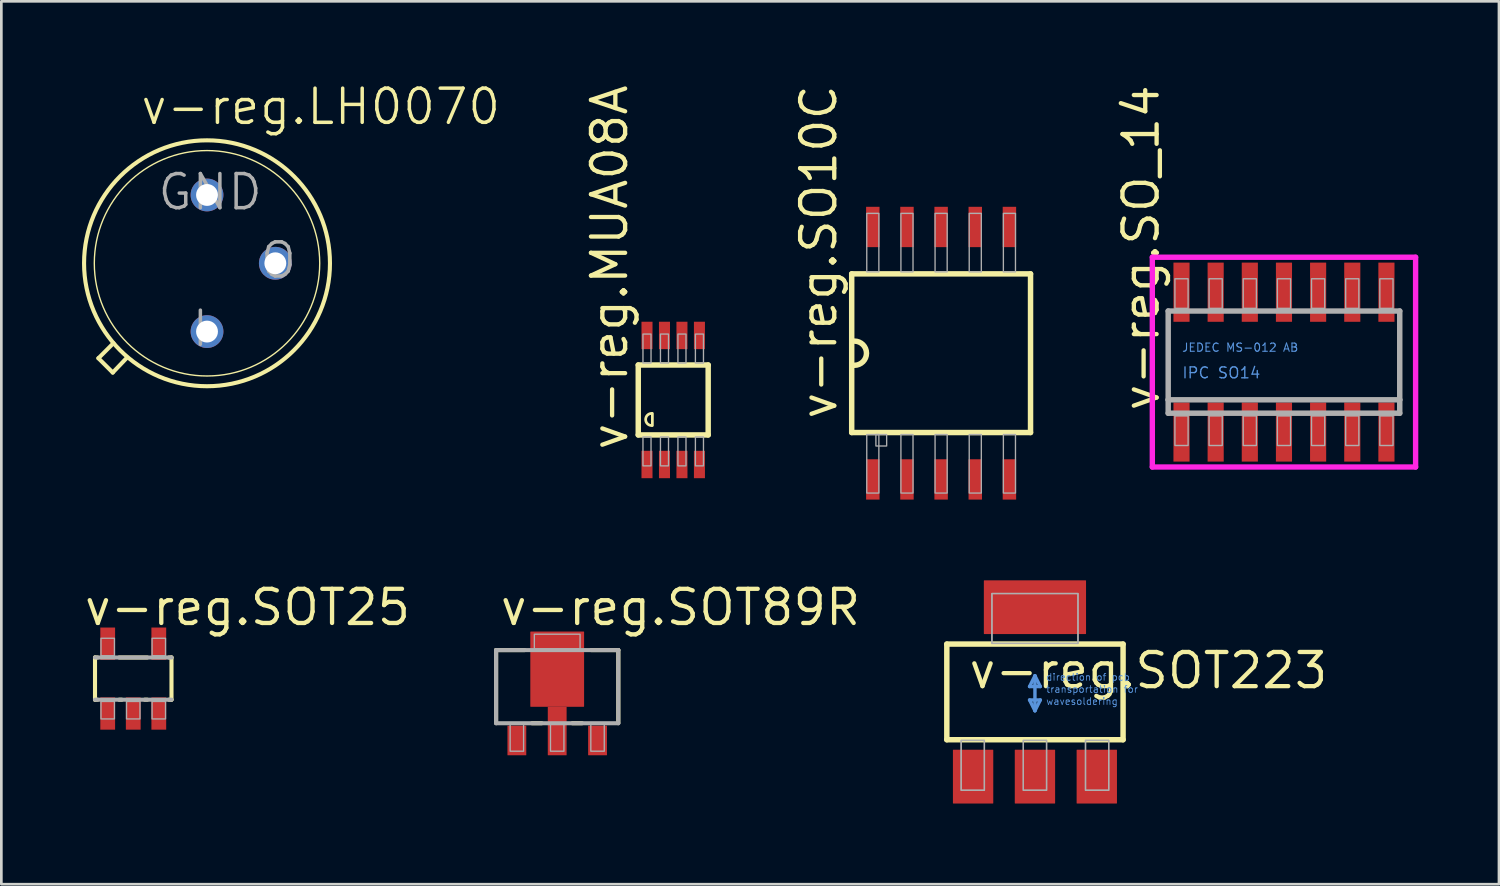
<source format=kicad_pcb>
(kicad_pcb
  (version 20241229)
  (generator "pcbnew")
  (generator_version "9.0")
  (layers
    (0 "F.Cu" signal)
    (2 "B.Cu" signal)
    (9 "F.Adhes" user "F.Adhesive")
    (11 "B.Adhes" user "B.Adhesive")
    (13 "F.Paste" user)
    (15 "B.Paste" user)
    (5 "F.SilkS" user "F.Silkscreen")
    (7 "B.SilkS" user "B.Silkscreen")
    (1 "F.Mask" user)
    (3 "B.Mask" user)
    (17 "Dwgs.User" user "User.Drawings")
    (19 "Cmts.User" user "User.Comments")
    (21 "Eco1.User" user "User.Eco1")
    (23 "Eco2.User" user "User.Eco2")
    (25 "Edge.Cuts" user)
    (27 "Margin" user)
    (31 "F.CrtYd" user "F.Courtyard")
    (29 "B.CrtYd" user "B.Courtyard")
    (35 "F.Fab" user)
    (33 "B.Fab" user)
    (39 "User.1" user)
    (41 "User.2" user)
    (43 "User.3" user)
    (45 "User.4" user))
  (footprint "v-reg.MUA08A"
    (layer "F.Cu")
    (at 21.984 11.823)
    (property "Reference" "v-reg.MUA08A" (at -1.625 1.95 90) (layer "F.SilkS") (effects (font (size 1.27 1.27) (thickness 0.16)) (justify left bottom)))
    (attr smd)
    (fp_line (start -1.3 -1.3) (end 1.3 -1.3) (stroke (width 0.203) (type default)) (layer "F.SilkS"))
    (fp_line (start -1.3 1.3) (end -1.3 -1.3) (stroke (width 0.203) (type default)) (layer "F.SilkS"))
    (fp_line (start -0.775 0.95) (end -0.775 0.5) (stroke (width 0.102) (type default)) (layer "F.SilkS"))
    (fp_line (start 1.3 -1.3) (end 1.3 1.3) (stroke (width 0.203) (type default)) (layer "F.SilkS"))
    (fp_line (start 1.3 1.3) (end -1.3 1.3) (stroke (width 0.203) (type default)) (layer "F.SilkS"))
    (fp_arc (start -0.8 0.95) (mid -1.025 0.725) (end -0.8 0.5) (stroke (width 0.1016) (type default)) (layer "F.SilkS"))
    (fp_rect (start -1.125 -1.375) (end -0.825 -2.45) (stroke (width 0.05) (type default)) (fill no) (layer "F.Fab"))
    (fp_rect (start -1.125 2.45) (end -0.825 1.375) (stroke (width 0.05) (type default)) (fill no) (layer "F.Fab"))
    (fp_rect (start -0.475 -1.375) (end -0.175 -2.45) (stroke (width 0.05) (type default)) (fill no) (layer "F.Fab"))
    (fp_rect (start -0.475 2.45) (end -0.175 1.375) (stroke (width 0.05) (type default)) (fill no) (layer "F.Fab"))
    (fp_rect (start 0.175 -1.375) (end 0.475 -2.45) (stroke (width 0.05) (type default)) (fill no) (layer "F.Fab"))
    (fp_rect (start 0.175 2.45) (end 0.475 1.375) (stroke (width 0.05) (type default)) (fill no) (layer "F.Fab"))
    (fp_rect (start 0.825 -1.375) (end 1.125 -2.45) (stroke (width 0.05) (type default)) (fill no) (layer "F.Fab"))
    (fp_rect (start 0.825 2.45) (end 1.125 1.375) (stroke (width 0.05) (type default)) (fill no) (layer "F.Fab"))
    (pad "1" smd roundrect (at -0.975 2.4) (size 0.41 1.02) (layers "F.Cu" "F.Mask" "F.Paste") (roundrect_rratio 0.01))
    (pad "2" smd roundrect (at -0.325 2.4) (size 0.41 1.02) (layers "F.Cu" "F.Mask" "F.Paste") (roundrect_rratio 0.01))
    (pad "3" smd roundrect (at 0.325 2.4) (size 0.41 1.02) (layers "F.Cu" "F.Mask" "F.Paste") (roundrect_rratio 0.01))
    (pad "4" smd roundrect (at 0.975 2.4) (size 0.41 1.02) (layers "F.Cu" "F.Mask" "F.Paste") (roundrect_rratio 0.01))
    (pad "5" smd roundrect (at 0.975 -2.4 180) (size 0.41 1.02) (layers "F.Cu" "F.Mask" "F.Paste") (roundrect_rratio 0.01))
    (pad "6" smd roundrect (at 0.325 -2.4 180) (size 0.41 1.02) (layers "F.Cu" "F.Mask" "F.Paste") (roundrect_rratio 0.01))
    (pad "7" smd roundrect (at -0.325 -2.4 180) (size 0.41 1.02) (layers "F.Cu" "F.Mask" "F.Paste") (roundrect_rratio 0.01))
    (pad "8" smd roundrect (at -0.975 -2.4 180) (size 0.41 1.02) (layers "F.Cu" "F.Mask" "F.Paste") (roundrect_rratio 0.01)))
  (footprint "v-reg.SO_14"
    (layer "F.Cu")
    (at 44.695 10.416)
    (property "Reference" "v-reg.SO_14" (at -4.572 1.905 90) (layer "F.SilkS") (effects (font (size 1.27 1.27) (thickness 0.16)) (justify left bottom)))
    (attr smd)
    (fp_line (start -4.895 -3.9) (end 4.895 -3.9) (stroke (width 0.2) (type default)) (layer "F.CrtYd"))
    (fp_line (start -4.895 3.9) (end -4.895 -3.9) (stroke (width 0.2) (type default)) (layer "F.CrtYd"))
    (fp_line (start 4.895 -3.9) (end 4.895 3.9) (stroke (width 0.2) (type default)) (layer "F.CrtYd"))
    (fp_line (start 4.895 3.9) (end -4.895 3.9) (stroke (width 0.2) (type default)) (layer "F.CrtYd"))
    (fp_line (start -4.305 -1.9) (end 4.305 -1.9) (stroke (width 0.203) (type default)) (layer "F.Fab"))
    (fp_line (start -4.305 1.4) (end -4.305 -1.9) (stroke (width 0.203) (type default)) (layer "F.Fab"))
    (fp_line (start -4.305 1.9) (end -4.305 1.4) (stroke (width 0.203) (type default)) (layer "F.Fab"))
    (fp_line (start 4.305 -1.9) (end 4.305 1.4) (stroke (width 0.203) (type default)) (layer "F.Fab"))
    (fp_line (start 4.305 1.4) (end -4.305 1.4) (stroke (width 0.203) (type default)) (layer "F.Fab"))
    (fp_line (start 4.305 1.4) (end 4.305 1.9) (stroke (width 0.203) (type default)) (layer "F.Fab"))
    (fp_line (start 4.305 1.9) (end -4.305 1.9) (stroke (width 0.203) (type default)) (layer "F.Fab"))
    (fp_rect (start -4.055 -2) (end -3.565 -3.1) (stroke (width 0.05) (type default)) (fill no) (layer "F.Fab"))
    (fp_rect (start -4.055 3.1) (end -3.565 2) (stroke (width 0.05) (type default)) (fill no) (layer "F.Fab"))
    (fp_rect (start -2.785 -2) (end -2.295 -3.1) (stroke (width 0.05) (type default)) (fill no) (layer "F.Fab"))
    (fp_rect (start -2.785 3.1) (end -2.295 2) (stroke (width 0.05) (type default)) (fill no) (layer "F.Fab"))
    (fp_rect (start -1.515 -2) (end -1.025 -3.1) (stroke (width 0.05) (type default)) (fill no) (layer "F.Fab"))
    (fp_rect (start -1.515 3.1) (end -1.025 2) (stroke (width 0.05) (type default)) (fill no) (layer "F.Fab"))
    (fp_rect (start -0.245 -2) (end 0.245 -3.1) (stroke (width 0.05) (type default)) (fill no) (layer "F.Fab"))
    (fp_rect (start -0.245 3.1) (end 0.245 2) (stroke (width 0.05) (type default)) (fill no) (layer "F.Fab"))
    (fp_rect (start 1.025 -2) (end 1.515 -3.1) (stroke (width 0.05) (type default)) (fill no) (layer "F.Fab"))
    (fp_rect (start 1.025 3.1) (end 1.515 2) (stroke (width 0.05) (type default)) (fill no) (layer "F.Fab"))
    (fp_rect (start 2.295 -2) (end 2.785 -3.1) (stroke (width 0.05) (type default)) (fill no) (layer "F.Fab"))
    (fp_rect (start 2.295 3.1) (end 2.785 2) (stroke (width 0.05) (type default)) (fill no) (layer "F.Fab"))
    (fp_rect (start 3.565 -2) (end 4.055 -3.1) (stroke (width 0.05) (type default)) (fill no) (layer "F.Fab"))
    (fp_rect (start 3.565 3.1) (end 4.055 2) (stroke (width 0.05) (type default)) (fill no) (layer "F.Fab"))
    (fp_text user "IPC SO14" (at -3.81 0.635 0) (layer "Cmts.User") (effects (font (size 0.406 0.406) (thickness 0.05)) (justify left bottom)))
    (fp_text user "JEDEC MS-012 AB" (at -3.81 -0.365 0) (layer "Cmts.User") (effects (font (size 0.305 0.305) (thickness 0.04)) (justify left bottom)))
    (pad "1" smd roundrect (at -3.81 2.6) (size 0.6 2.2) (layers "F.Cu" "F.Mask" "F.Paste") (roundrect_rratio 0.01))
    (pad "2" smd roundrect (at -2.54 2.6) (size 0.6 2.2) (layers "F.Cu" "F.Mask" "F.Paste") (roundrect_rratio 0.01))
    (pad "3" smd roundrect (at -1.27 2.6) (size 0.6 2.2) (layers "F.Cu" "F.Mask" "F.Paste") (roundrect_rratio 0.01))
    (pad "4" smd roundrect (at 0 2.6) (size 0.6 2.2) (layers "F.Cu" "F.Mask" "F.Paste") (roundrect_rratio 0.01))
    (pad "5" smd roundrect (at 1.27 2.6) (size 0.6 2.2) (layers "F.Cu" "F.Mask" "F.Paste") (roundrect_rratio 0.01))
    (pad "6" smd roundrect (at 2.54 2.6) (size 0.6 2.2) (layers "F.Cu" "F.Mask" "F.Paste") (roundrect_rratio 0.01))
    (pad "7" smd roundrect (at 3.81 2.6) (size 0.6 2.2) (layers "F.Cu" "F.Mask" "F.Paste") (roundrect_rratio 0.01))
    (pad "8" smd roundrect (at 3.81 -2.6) (size 0.6 2.2) (layers "F.Cu" "F.Mask" "F.Paste") (roundrect_rratio 0.01))
    (pad "9" smd roundrect (at 2.54 -2.6) (size 0.6 2.2) (layers "F.Cu" "F.Mask" "F.Paste") (roundrect_rratio 0.01))
    (pad "10" smd roundrect (at 1.27 -2.6) (size 0.6 2.2) (layers "F.Cu" "F.Mask" "F.Paste") (roundrect_rratio 0.01))
    (pad "11" smd roundrect (at 0 -2.6) (size 0.6 2.2) (layers "F.Cu" "F.Mask" "F.Paste") (roundrect_rratio 0.01))
    (pad "12" smd roundrect (at -1.27 -2.6) (size 0.6 2.2) (layers "F.Cu" "F.Mask" "F.Paste") (roundrect_rratio 0.01))
    (pad "13" smd roundrect (at -2.54 -2.6) (size 0.6 2.2) (layers "F.Cu" "F.Mask" "F.Paste") (roundrect_rratio 0.01))
    (pad "14" smd roundrect (at -3.81 -2.6) (size 0.6 2.2) (layers "F.Cu" "F.Mask" "F.Paste") (roundrect_rratio 0.01)))
  (footprint "v-reg.SOT89R"
    (layer "F.Cu")
    (at 17.67 22.734)
    (property "Reference" "v-reg.SOT89R" (at -2.205 -2.455 0) (layer "F.SilkS") (effects (font (size 1.27 1.27) (thickness 0.16)) (justify left bottom)))
    (attr smd)
    (fp_rect (start -0.45 2.4) (end 0.45 1.1) (stroke (width 0.05) (type default)) (fill yes) (layer "F.Mask"))
    (fp_line (start -2.272 -1.61) (end -1.214 -1.61) (stroke (width 0.152) (type default)) (layer "F.SilkS"))
    (fp_line (start -2.272 1.102) (end -2.272 -1.61) (stroke (width 0.152) (type default)) (layer "F.SilkS"))
    (fp_line (start -0.578 1.11) (end -0.936 1.11) (stroke (width 0.152) (type default)) (layer "F.SilkS"))
    (fp_line (start 0.922 1.11) (end 0.564 1.11) (stroke (width 0.152) (type default)) (layer "F.SilkS"))
    (fp_line (start 1.264 -1.61) (end 2.272 -1.61) (stroke (width 0.152) (type default)) (layer "F.SilkS"))
    (fp_line (start 2.272 -1.61) (end 2.272 1.102) (stroke (width 0.152) (type default)) (layer "F.SilkS"))
    (fp_rect (start -0.35 2.3) (end 0.35 1.2) (stroke (width 0.05) (type default)) (fill yes) (layer "F.Paste"))
    (fp_line (start -2.272 -1.61) (end 2.272 -1.61) (stroke (width 0.152) (type default)) (layer "F.Fab"))
    (fp_line (start -2.272 1.11) (end -2.272 -1.61) (stroke (width 0.152) (type default)) (layer "F.Fab"))
    (fp_line (start 2.272 -1.61) (end 2.272 1.11) (stroke (width 0.152) (type default)) (layer "F.Fab"))
    (fp_line (start 2.272 1.11) (end -2.272 1.11) (stroke (width 0.152) (type default)) (layer "F.Fab"))
    (fp_rect (start -1.75 2.15) (end -1.25 1.15) (stroke (width 0.05) (type default)) (fill no) (layer "F.Fab"))
    (fp_rect (start -0.85 -1.65) (end 0.85 -2.2) (stroke (width 0.05) (type default)) (fill no) (layer "F.Fab"))
    (fp_rect (start -0.25 2.15) (end 0.25 1.15) (stroke (width 0.05) (type default)) (fill no) (layer "F.Fab"))
    (fp_rect (start 1.25 2.15) (end 1.75 1.15) (stroke (width 0.05) (type default)) (fill no) (layer "F.Fab"))
    (pad "1" smd roundrect (at 1.5 1.75) (size 0.7 1.1) (layers "F.Cu" "F.Mask" "F.Paste") (roundrect_rratio 0.01))
    (pad "2" smd roundrect (at -1.5 1.75) (size 0.7 1.1) (layers "F.Cu" "F.Mask" "F.Paste") (roundrect_rratio 0.01))
    (pad "3" smd roundrect (at 0 1.4) (size 0.7 1.8) (layers "F.Cu" "F.Mask" "F.Paste") (roundrect_rratio 0.01))
    (pad "4" smd roundrect (at 0 -0.9) (size 2 2.8) (layers "F.Cu" "F.Mask" "F.Paste") (roundrect_rratio 0.01)))
  (footprint "v-reg.SOT223"
    (layer "F.Cu")
    (at 35.435 22.679)
    (property "Reference" "v-reg.SOT223" (at -2.54 -0.051 0) (layer "F.SilkS") (effects (font (size 1.27 1.27) (thickness 0.16)) (justify left bottom)))
    (attr smd)
    (fp_line (start -3.277 -1.778) (end 3.277 -1.778) (stroke (width 0.203) (type default)) (layer "F.SilkS"))
    (fp_line (start -3.277 1.778) (end -3.277 -1.778) (stroke (width 0.203) (type default)) (layer "F.SilkS"))
    (fp_line (start 3.277 -1.778) (end 3.277 1.778) (stroke (width 0.203) (type default)) (layer "F.SilkS"))
    (fp_line (start 3.277 1.778) (end -3.277 1.778) (stroke (width 0.203) (type default)) (layer "F.SilkS"))
    (fp_line (start -0.2 -0.2) (end 0.2 -0.2) (stroke (width 0.127) (type default)) (layer "Cmts.User"))
    (fp_line (start -0.2 0.3) (end 0 0.7) (stroke (width 0.127) (type default)) (layer "Cmts.User"))
    (fp_line (start 0 -0.6) (end -0.2 -0.2) (stroke (width 0.127) (type default)) (layer "Cmts.User"))
    (fp_line (start 0 0.7) (end 0 -0.6) (stroke (width 0.127) (type default)) (layer "Cmts.User"))
    (fp_line (start 0 0.7) (end 0.2 0.3) (stroke (width 0.127) (type default)) (layer "Cmts.User"))
    (fp_line (start 0.2 -0.2) (end 0 -0.6) (stroke (width 0.127) (type default)) (layer "Cmts.User"))
    (fp_line (start 0.2 0.3) (end -0.2 0.3) (stroke (width 0.127) (type default)) (layer "Cmts.User"))
    (fp_rect (start -2.743 3.658) (end -1.88 1.803) (stroke (width 0.05) (type default)) (fill no) (layer "F.Fab"))
    (fp_rect (start -2.743 3.658) (end -1.88 1.803) (stroke (width 0.05) (type default)) (fill no) (layer "F.Fab"))
    (fp_rect (start -1.6 -1.803) (end 1.6 -3.658) (stroke (width 0.05) (type default)) (fill no) (layer "F.Fab"))
    (fp_rect (start -1.6 -1.803) (end 1.6 -3.658) (stroke (width 0.05) (type default)) (fill no) (layer "F.Fab"))
    (fp_rect (start -0.432 3.658) (end 0.432 1.803) (stroke (width 0.05) (type default)) (fill no) (layer "F.Fab"))
    (fp_rect (start -0.432 3.658) (end 0.432 1.803) (stroke (width 0.05) (type default)) (fill no) (layer "F.Fab"))
    (fp_rect (start 1.88 3.658) (end 2.743 1.803) (stroke (width 0.05) (type default)) (fill no) (layer "F.Fab"))
    (fp_rect (start 1.88 3.658) (end 2.743 1.803) (stroke (width 0.05) (type default)) (fill no) (layer "F.Fab"))
    (fp_text user "direction of pcb" (at 0.4 -0.4 0) (layer "Cmts.User") (effects (font (size 0.254 0.254) (thickness 0.03)) (justify left bottom)))
    (fp_text user "wavesoldering" (at 0.4 0.5 0) (layer "Cmts.User") (effects (font (size 0.254 0.254) (thickness 0.03)) (justify left bottom)))
    (fp_text user "transportation for" (at 0.4 0.05 0) (layer "Cmts.User") (effects (font (size 0.254 0.254) (thickness 0.03)) (justify left bottom)))
    (pad "1" smd roundrect (at -2.3 3.15) (size 1.5 2) (layers "F.Cu" "F.Mask" "F.Paste") (roundrect_rratio 0.01))
    (pad "2" smd roundrect (at 0 3.15) (size 1.5 2) (layers "F.Cu" "F.Mask" "F.Paste") (roundrect_rratio 0.01))
    (pad "3" smd roundrect (at 2.3 3.15) (size 1.5 2) (layers "F.Cu" "F.Mask" "F.Paste") (roundrect_rratio 0.01))
    (pad "4" smd roundrect (at 0 -3.15) (size 3.8 2) (layers "F.Cu" "F.Mask" "F.Paste") (roundrect_rratio 0.01)))
  (footprint "v-reg.SOT25"
    (layer "F.Cu")
    (at 1.905 22.184)
    (property "Reference" "v-reg.SOT25" (at -1.905 -1.905 0) (layer "F.SilkS") (effects (font (size 1.27 1.27) (thickness 0.16)) (justify left bottom)))
    (attr smd)
    (fp_line (start -1.422 -0.785) (end -1.328 -0.785) (stroke (width 0.152) (type default)) (layer "F.SilkS"))
    (fp_line (start -1.422 0.785) (end -1.422 -0.785) (stroke (width 0.152) (type default)) (layer "F.SilkS"))
    (fp_line (start -1.328 0.785) (end -1.422 0.785) (stroke (width 0.152) (type default)) (layer "F.SilkS"))
    (fp_line (start -0.522 -0.785) (end 0.522 -0.785) (stroke (width 0.152) (type default)) (layer "F.SilkS"))
    (fp_line (start -0.428 0.785) (end -0.522 0.785) (stroke (width 0.152) (type default)) (layer "F.SilkS"))
    (fp_line (start 0.522 0.785) (end 0.428 0.785) (stroke (width 0.152) (type default)) (layer "F.SilkS"))
    (fp_line (start 1.328 -0.785) (end 1.422 -0.785) (stroke (width 0.152) (type default)) (layer "F.SilkS"))
    (fp_line (start 1.422 -0.785) (end 1.422 0.785) (stroke (width 0.152) (type default)) (layer "F.SilkS"))
    (fp_line (start 1.422 0.785) (end 1.328 0.785) (stroke (width 0.152) (type default)) (layer "F.SilkS"))
    (fp_line (start -1.422 -0.785) (end 1.422 -0.785) (stroke (width 0.152) (type default)) (layer "F.Fab"))
    (fp_line (start 1.422 0.785) (end -1.422 0.785) (stroke (width 0.152) (type default)) (layer "F.Fab"))
    (fp_rect (start -1.2 -0.85) (end -0.7 -1.5) (stroke (width 0.05) (type default)) (fill no) (layer "F.Fab"))
    (fp_rect (start -1.2 1.5) (end -0.7 0.85) (stroke (width 0.05) (type default)) (fill no) (layer "F.Fab"))
    (fp_rect (start -0.25 1.5) (end 0.25 0.85) (stroke (width 0.05) (type default)) (fill no) (layer "F.Fab"))
    (fp_rect (start 0.7 -0.85) (end 1.2 -1.5) (stroke (width 0.05) (type default)) (fill no) (layer "F.Fab"))
    (fp_rect (start 0.7 1.5) (end 1.2 0.85) (stroke (width 0.05) (type default)) (fill no) (layer "F.Fab"))
    (pad "1" smd roundrect (at -0.95 1.3) (size 0.55 1.2) (layers "F.Cu" "F.Mask" "F.Paste") (roundrect_rratio 0.01))
    (pad "2" smd roundrect (at 0 1.3) (size 0.55 1.2) (layers "F.Cu" "F.Mask" "F.Paste") (roundrect_rratio 0.01))
    (pad "3" smd roundrect (at 0.95 1.3) (size 0.55 1.2) (layers "F.Cu" "F.Mask" "F.Paste") (roundrect_rratio 0.01))
    (pad "4" smd roundrect (at 0.95 -1.3) (size 0.55 1.2) (layers "F.Cu" "F.Mask" "F.Paste") (roundrect_rratio 0.01))
    (pad "5" smd roundrect (at -0.95 -1.3) (size 0.55 1.2) (layers "F.Cu" "F.Mask" "F.Paste") (roundrect_rratio 0.01)))
  (footprint "v-reg.LH0070"
    (layer "F.Cu")
    (at 4.648 6.74)
    (property "Reference" "v-reg.LH0070" (at -2.54 -5.08 0) (layer "F.SilkS") (effects (font (size 1.27 1.27) (thickness 0.13)) (justify left bottom)))
    (attr through_hole)
    (fp_line (start -4.039 3.531) (end -3.48 2.972) (stroke (width 0.152) (type default)) (layer "F.SilkS"))
    (fp_line (start -3.505 4.064) (end -4.039 3.531) (stroke (width 0.152) (type default)) (layer "F.SilkS"))
    (fp_line (start -2.972 3.505) (end -3.505 4.064) (stroke (width 0.152) (type default)) (layer "F.SilkS"))
    (fp_circle (center 0 0) (end 4.191 0) (stroke (width 0.051) (type default)) (fill no) (layer "F.SilkS"))
    (fp_circle (center 0 0) (end 4.572 0) (stroke (width 0.152) (type default)) (fill no) (layer "F.SilkS"))
    (fp_text user "I" (at -0.635 3.175 0) (layer "F.Fab") (effects (font (size 1.27 1.27) (thickness 0.13)) (justify left bottom)))
    (fp_text user "GND" (at -1.905 -1.905 0) (layer "F.Fab") (effects (font (size 1.27 1.27) (thickness 0.13)) (justify left bottom)))
    (fp_text user "O" (at 1.905 0.635 0) (layer "F.Fab") (effects (font (size 1.27 1.27) (thickness 0.13)) (justify left bottom)))
    (pad "GND" thru_hole circle (at 0 -2.54) (size 1.219 1.219) (drill 0.813) (layers "*.Cu" "*.Mask"))
    (pad "IN" thru_hole circle (at 0 2.54) (size 1.219 1.219) (drill 0.813) (layers "*.Cu" "*.Mask"))
    (pad "OUT" thru_hole circle (at 2.54 0) (size 1.219 1.219) (drill 0.813) (layers "*.Cu" "*.Mask")))
  (footprint "v-reg.SO10C"
    (layer "F.Cu")
    (at 31.946 10.084)
    (property "Reference" "v-reg.SO10C" (at -3.81 2.54 90) (layer "F.SilkS") (effects (font (size 1.27 1.27) (thickness 0.16)) (justify left bottom)))
    (attr smd)
    (fp_line (start -3.325 -2.95) (end -3.325 2.95) (stroke (width 0.203) (type default)) (layer "F.SilkS"))
    (fp_line (start -3.325 2.95) (end 3.325 2.95) (stroke (width 0.203) (type default)) (layer "F.SilkS"))
    (fp_line (start 3.325 -2.95) (end -3.325 -2.95) (stroke (width 0.203) (type default)) (layer "F.SilkS"))
    (fp_line (start 3.325 2.95) (end 3.325 -2.95) (stroke (width 0.203) (type default)) (layer "F.SilkS"))
    (fp_arc (start -3.225 -0.45) (mid -2.775 0) (end -3.225 0.45) (stroke (width 0.2032) (type default)) (layer "F.SilkS"))
    (fp_rect (start -2.765 -3.025) (end -2.315 -5.2) (stroke (width 0.05) (type default)) (fill no) (layer "F.Fab"))
    (fp_rect (start -2.765 5.2) (end -2.315 3.025) (stroke (width 0.05) (type default)) (fill no) (layer "F.Fab"))
    (fp_rect (start -2.425 3.45) (end -2.025 3.025) (stroke (width 0.05) (type default)) (fill no) (layer "F.Fab"))
    (fp_rect (start -1.495 -3.025) (end -1.045 -5.2) (stroke (width 0.05) (type default)) (fill no) (layer "F.Fab"))
    (fp_rect (start -1.495 5.2) (end -1.045 3.025) (stroke (width 0.05) (type default)) (fill no) (layer "F.Fab"))
    (fp_rect (start -0.225 -3.025) (end 0.225 -5.2) (stroke (width 0.05) (type default)) (fill no) (layer "F.Fab"))
    (fp_rect (start -0.225 5.2) (end 0.225 3.025) (stroke (width 0.05) (type default)) (fill no) (layer "F.Fab"))
    (fp_rect (start 1.045 -3.025) (end 1.495 -5.2) (stroke (width 0.05) (type default)) (fill no) (layer "F.Fab"))
    (fp_rect (start 1.045 5.2) (end 1.495 3.025) (stroke (width 0.05) (type default)) (fill no) (layer "F.Fab"))
    (fp_rect (start 2.315 -3.025) (end 2.765 -5.2) (stroke (width 0.05) (type default)) (fill no) (layer "F.Fab"))
    (fp_rect (start 2.315 5.2) (end 2.765 3.025) (stroke (width 0.05) (type default)) (fill no) (layer "F.Fab"))
    (pad "1" smd roundrect (at -2.54 4.695) (size 0.5 1.5) (layers "F.Cu" "F.Mask" "F.Paste") (roundrect_rratio 0.01))
    (pad "2" smd roundrect (at -1.27 4.695) (size 0.5 1.5) (layers "F.Cu" "F.Mask" "F.Paste") (roundrect_rratio 0.01))
    (pad "3" smd roundrect (at 0 4.695) (size 0.5 1.5) (layers "F.Cu" "F.Mask" "F.Paste") (roundrect_rratio 0.01))
    (pad "4" smd roundrect (at 1.27 4.695) (size 0.5 1.5) (layers "F.Cu" "F.Mask" "F.Paste") (roundrect_rratio 0.01))
    (pad "5" smd roundrect (at 2.54 4.695) (size 0.5 1.5) (layers "F.Cu" "F.Mask" "F.Paste") (roundrect_rratio 0.01))
    (pad "6" smd roundrect (at 2.54 -4.695) (size 0.5 1.5) (layers "F.Cu" "F.Mask" "F.Paste") (roundrect_rratio 0.01))
    (pad "7" smd roundrect (at 1.27 -4.695) (size 0.5 1.5) (layers "F.Cu" "F.Mask" "F.Paste") (roundrect_rratio 0.01))
    (pad "8" smd roundrect (at 0 -4.695) (size 0.5 1.5) (layers "F.Cu" "F.Mask" "F.Paste") (roundrect_rratio 0.01))
    (pad "9" smd roundrect (at -1.27 -4.695) (size 0.5 1.5) (layers "F.Cu" "F.Mask" "F.Paste") (roundrect_rratio 0.01))
    (pad "10" smd roundrect (at -2.54 -4.695) (size 0.5 1.5) (layers "F.Cu" "F.Mask" "F.Paste") (roundrect_rratio 0.01)))
  (gr_rect
    (start -3 -3)
    (end 52.69 29.829)
    (stroke (width 0.1) (type default))
    (fill no)
    (layer "Edge.Cuts")))
</source>
